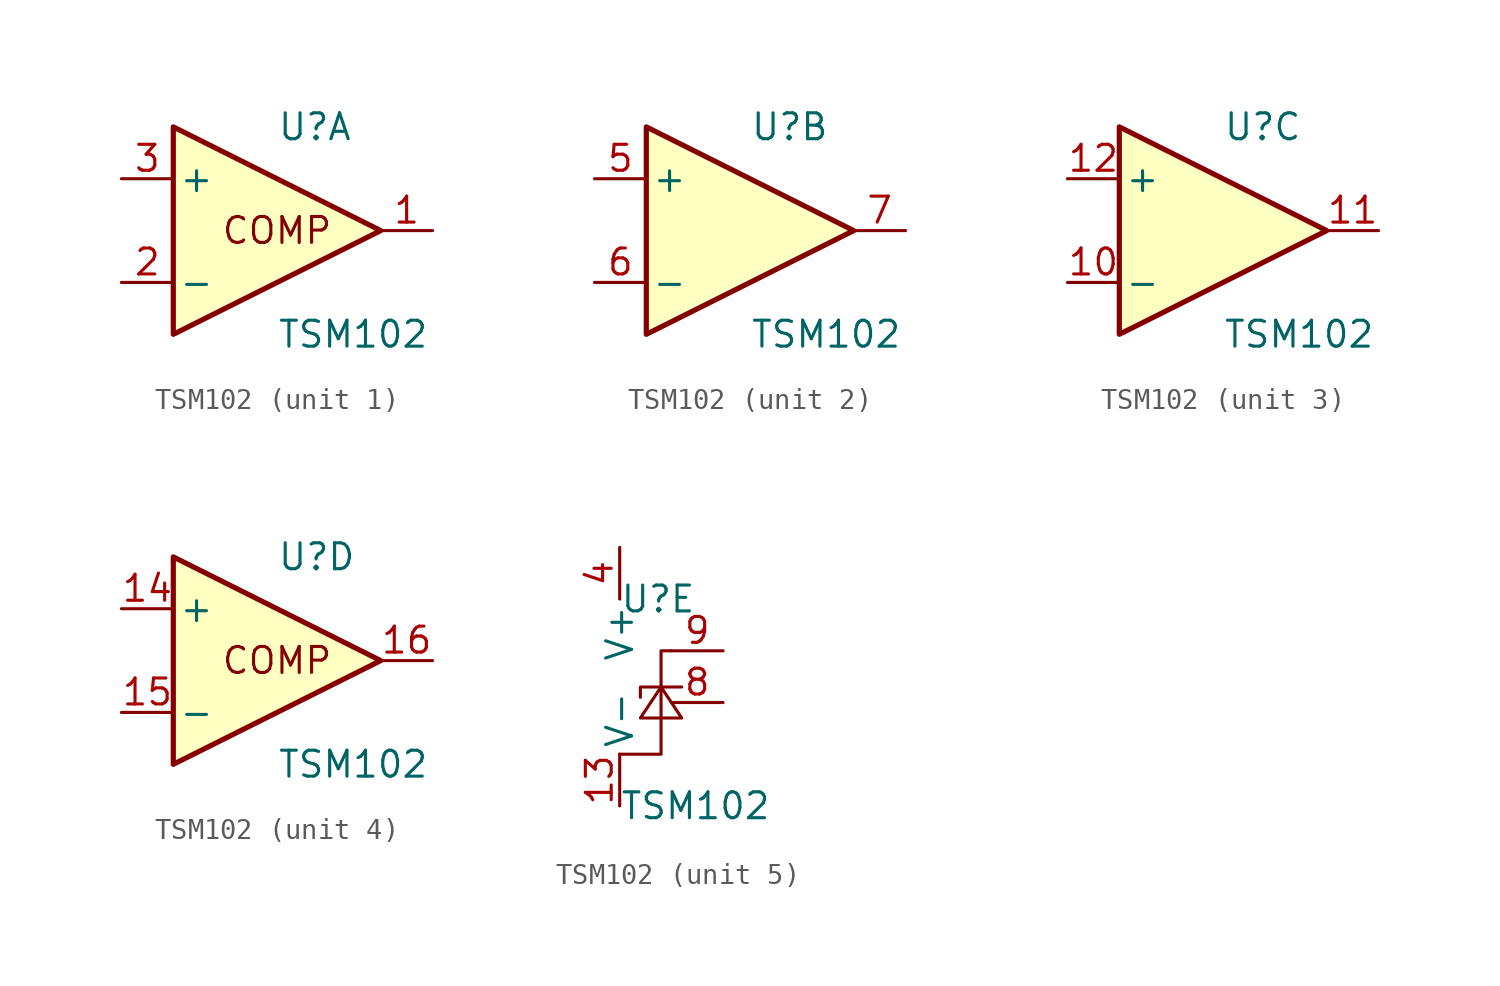
<source format=kicad_sym>
(kicad_symbol_lib
  (version 20220914)
  (generator kicad_symbol_editor)
  (symbol "TSM102"
    (pin_names
      (offset 0.254))
    (property "Reference" "U"
      (at 0 5.08 0)
      (effects (font (size 1.27 1.27)) (justify left)))
    (property "Value" "TSM102"
      (at 0 -5.08 0)
      (effects (font (size 1.27 1.27)) (justify left)))
    (symbol "TSM102_1_0"
      (text "COMP" (at 0 0 0) (effects (font (size 1.27 1.27)))))
    (symbol "TSM102_1_1"
      (polyline (pts (xy -5.08 5.08) (xy 5.08 0) (xy -5.08 -5.08) (xy -5.08 5.08)) (stroke (width 0.254) (type default)) (fill (type background)))
      (pin output line (at 7.62 0 180) (length 2.54) (name "~" (effects (font (size 1.27 1.27)))) (number "1" (effects (font (size 1.27 1.27)))))
      (pin input line (at -7.62 -2.54 0) (length 2.54) (name "-" (effects (font (size 1.27 1.27)))) (number "2" (effects (font (size 1.27 1.27)))))
      (pin input line (at -7.62 2.54 0) (length 2.54) (name "+" (effects (font (size 1.27 1.27)))) (number "3" (effects (font (size 1.27 1.27))))))
    (symbol "TSM102_2_1"
      (polyline (pts (xy -5.08 5.08) (xy 5.08 0) (xy -5.08 -5.08) (xy -5.08 5.08)) (stroke (width 0.254) (type default)) (fill (type background)))
      (pin input line (at -7.62 2.54 0) (length 2.54) (name "+" (effects (font (size 1.27 1.27)))) (number "5" (effects (font (size 1.27 1.27)))))
      (pin input line (at -7.62 -2.54 0) (length 2.54) (name "-" (effects (font (size 1.27 1.27)))) (number "6" (effects (font (size 1.27 1.27)))))
      (pin output line (at 7.62 0 180) (length 2.54) (name "~" (effects (font (size 1.27 1.27)))) (number "7" (effects (font (size 1.27 1.27))))))
    (symbol "TSM102_3_1"
      (polyline (pts (xy -5.08 5.08) (xy 5.08 0) (xy -5.08 -5.08) (xy -5.08 5.08)) (stroke (width 0.254) (type default)) (fill (type background)))
      (pin input line (at -7.62 -2.54 0) (length 2.54) (name "-" (effects (font (size 1.27 1.27)))) (number "10" (effects (font (size 1.27 1.27)))))
      (pin output line (at 7.62 0 180) (length 2.54) (name "~" (effects (font (size 1.27 1.27)))) (number "11" (effects (font (size 1.27 1.27)))))
      (pin input line (at -7.62 2.54 0) (length 2.54) (name "+" (effects (font (size 1.27 1.27)))) (number "12" (effects (font (size 1.27 1.27))))))
    (symbol "TSM102_4_0"
      (text "COMP" (at 0 0 0) (effects (font (size 1.27 1.27)))))
    (symbol "TSM102_4_1"
      (polyline (pts (xy -5.08 5.08) (xy 5.08 0) (xy -5.08 -5.08) (xy -5.08 5.08)) (stroke (width 0.254) (type default)) (fill (type background)))
      (pin input line (at -7.62 2.54 0) (length 2.54) (name "+" (effects (font (size 1.27 1.27)))) (number "14" (effects (font (size 1.27 1.27)))))
      (pin input line (at -7.62 -2.54 0) (length 2.54) (name "-" (effects (font (size 1.27 1.27)))) (number "15" (effects (font (size 1.27 1.27)))))
      (pin output line (at 7.62 0 180) (length 2.54) (name "~" (effects (font (size 1.27 1.27)))) (number "16" (effects (font (size 1.27 1.27))))))
    (symbol "TSM102_5_1"
      (polyline (pts (xy 1.016 0.254) (xy 1.016 0.762) (xy 3.048 0.762)) (stroke (width 0) (type default)) (fill (type none)))
      (polyline (pts (xy 0 -2.54) (xy 2.032 -2.54) (xy 2.032 2.54) (xy 2.54 2.54)) (stroke (width 0) (type default)) (fill (type none)))
      (polyline (pts (xy 1.016 -0.762) (xy 2.032 0.762) (xy 3.048 -0.762) (xy 1.016 -0.762)) (stroke (width 0) (type default)) (fill (type none)))
      (pin power_in line (at 0 -5.08 90) (length 2.54) (name "V-" (effects (font (size 1.27 1.27)))) (number "13" (effects (font (size 1.27 1.27)))))
      (pin power_in line (at 0 7.62 270) (length 2.54) (name "V+" (effects (font (size 1.27 1.27)))) (number "4" (effects (font (size 1.27 1.27)))))
      (pin passive line (at 5.08 0 180) (length 2.54) (name "~" (effects (font (size 1.27 1.27)))) (number "8" (effects (font (size 1.27 1.27)))))
      (pin passive line (at 5.08 2.54 180) (length 2.54) (name "~" (effects (font (size 1.27 1.27)))) (number "9" (effects (font (size 1.27 1.27))))))))
</source>
